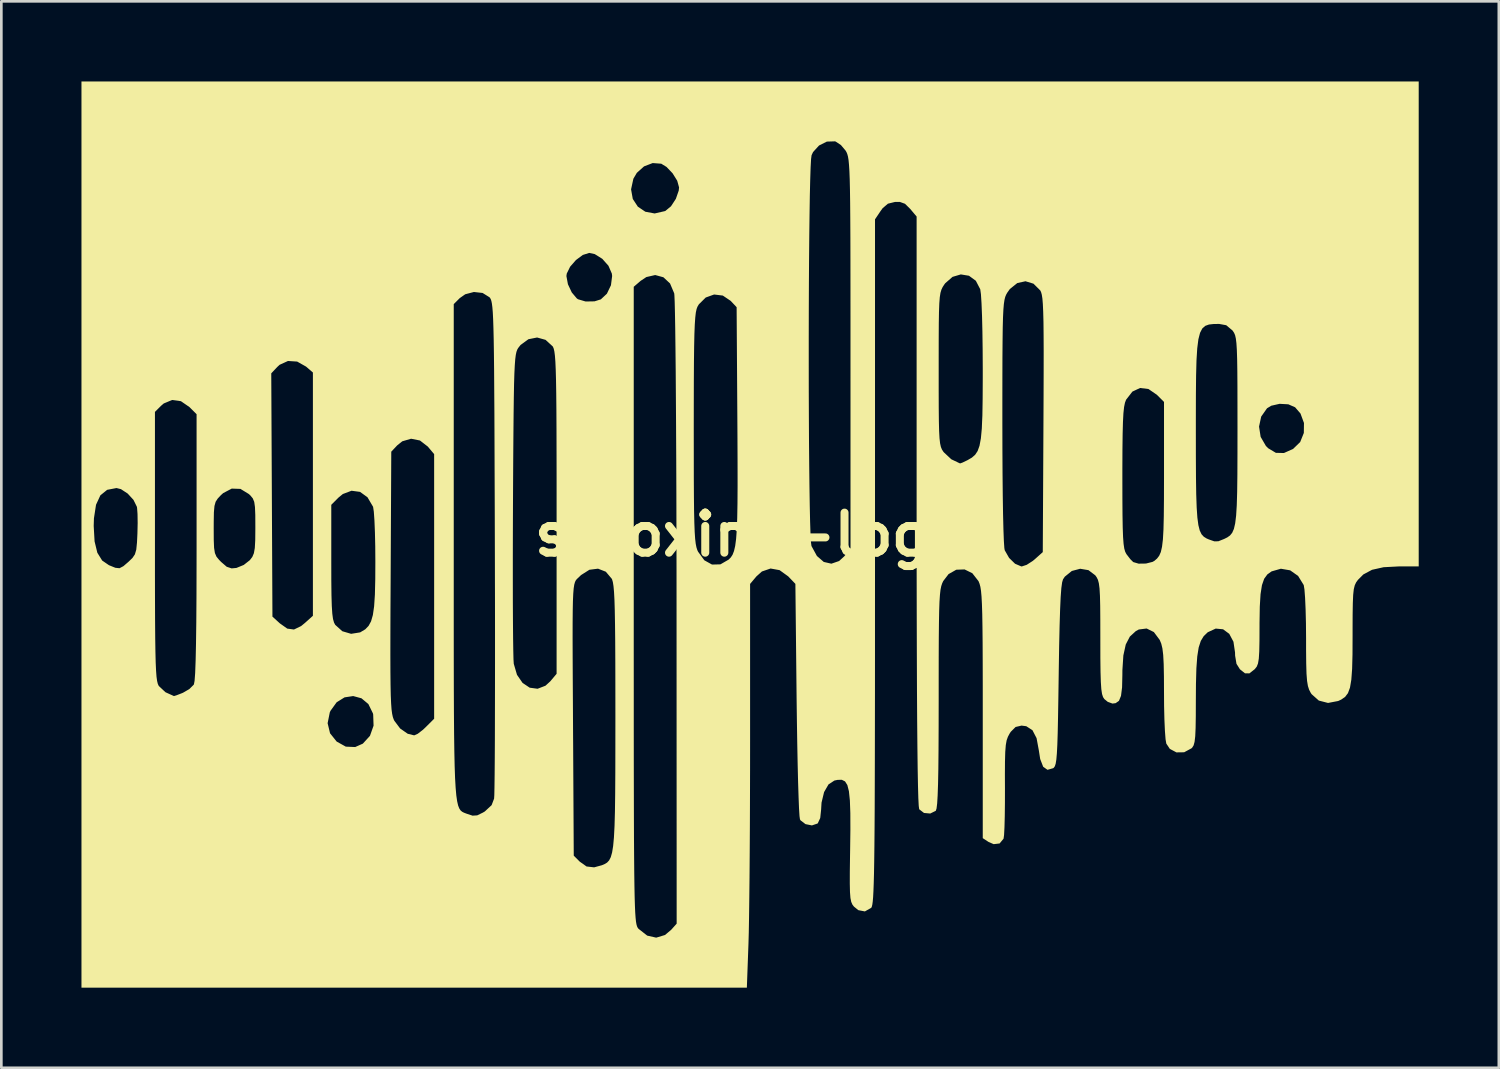
<source format=kicad_pcb>
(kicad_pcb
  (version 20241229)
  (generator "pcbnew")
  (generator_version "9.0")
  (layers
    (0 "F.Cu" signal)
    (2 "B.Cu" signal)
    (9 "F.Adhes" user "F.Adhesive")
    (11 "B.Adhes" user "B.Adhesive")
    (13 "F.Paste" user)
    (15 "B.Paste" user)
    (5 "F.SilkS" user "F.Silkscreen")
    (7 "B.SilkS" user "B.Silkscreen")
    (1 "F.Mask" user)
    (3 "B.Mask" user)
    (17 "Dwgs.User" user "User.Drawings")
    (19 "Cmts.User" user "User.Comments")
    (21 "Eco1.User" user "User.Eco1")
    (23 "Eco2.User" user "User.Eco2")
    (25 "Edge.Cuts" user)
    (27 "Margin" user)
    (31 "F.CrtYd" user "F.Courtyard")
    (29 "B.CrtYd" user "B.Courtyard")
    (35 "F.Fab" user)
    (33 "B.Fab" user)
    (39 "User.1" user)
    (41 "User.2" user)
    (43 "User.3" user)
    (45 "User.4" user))
  (footprint "seroxine-logo"
    (layer "F.Cu")
    (at 25.033 16.964)
    (property "Reference" "seroxine-logo" (at 0 0 0) (layer "F.SilkS") (effects (font (size 1.5 1.5) (thickness 0.3))))
    (attr board_only exclude_from_pos_files exclude_from_bom)
    (fp_poly (pts (xy 25.033 -7.886) (xy 25.033 1.192) (xy 24.297 1.192) (xy 23.72 1.222) (xy 23.285 1.319) (xy 22.96 1.493) (xy 22.756 1.698) (xy 22.688 1.793) (xy 22.638 1.901) (xy 22.602 2.047) (xy 22.579 2.26) (xy 22.566 2.567) (xy 22.559 2.994) (xy 22.557 3.569) (xy 22.557 3.776) (xy 22.554 4.481) (xy 22.54 5.026) (xy 22.51 5.434) (xy 22.46 5.73) (xy 22.384 5.937) (xy 22.276 6.079) (xy 22.132 6.178) (xy 22.018 6.231) (xy 21.638 6.304) (xy 21.293 6.215) (xy 21.023 5.975) (xy 20.992 5.929) (xy 20.93 5.81) (xy 20.885 5.67) (xy 20.853 5.478) (xy 20.832 5.207) (xy 20.821 4.828) (xy 20.816 4.313) (xy 20.816 3.88) (xy 20.811 3.315) (xy 20.798 2.801) (xy 20.779 2.37) (xy 20.755 2.055) (xy 20.728 1.891) (xy 20.727 1.889) (xy 20.517 1.548) (xy 20.22 1.339) (xy 19.873 1.279) (xy 19.526 1.378) (xy 19.366 1.492) (xy 19.247 1.655) (xy 19.164 1.893) (xy 19.111 2.232) (xy 19.083 2.698) (xy 19.073 3.316) (xy 19.073 3.434) (xy 19.071 3.981) (xy 19.063 4.374) (xy 19.046 4.646) (xy 19.016 4.825) (xy 18.97 4.943) (xy 18.903 5.029) (xy 18.89 5.043) (xy 18.694 5.197) (xy 18.529 5.195) (xy 18.339 5.043) (xy 18.21 4.838) (xy 18.159 4.532) (xy 18.156 4.412) (xy 18.097 4.012) (xy 17.94 3.717) (xy 17.709 3.546) (xy 17.433 3.52) (xy 17.137 3.656) (xy 17.124 3.667) (xy 16.982 3.805) (xy 16.874 3.983) (xy 16.795 4.228) (xy 16.742 4.561) (xy 16.709 5.01) (xy 16.693 5.596) (xy 16.689 6.198) (xy 16.687 6.797) (xy 16.68 7.24) (xy 16.666 7.552) (xy 16.641 7.761) (xy 16.605 7.893) (xy 16.553 7.976) (xy 16.528 8.001) (xy 16.251 8.151) (xy 15.962 8.155) (xy 15.715 8.024) (xy 15.583 7.826) (xy 15.555 7.663) (xy 15.531 7.351) (xy 15.512 6.925) (xy 15.5 6.417) (xy 15.497 5.931) (xy 15.494 5.313) (xy 15.485 4.848) (xy 15.467 4.508) (xy 15.437 4.263) (xy 15.394 4.084) (xy 15.336 3.944) (xy 15.117 3.65) (xy 14.847 3.517) (xy 14.554 3.554) (xy 14.442 3.614) (xy 14.218 3.82) (xy 14.065 4.115) (xy 13.975 4.525) (xy 13.939 5.078) (xy 13.938 5.251) (xy 13.927 5.722) (xy 13.887 6.038) (xy 13.81 6.226) (xy 13.686 6.312) (xy 13.567 6.327) (xy 13.391 6.263) (xy 13.264 6.159) (xy 13.215 6.085) (xy 13.177 5.969) (xy 13.15 5.788) (xy 13.132 5.52) (xy 13.12 5.14) (xy 13.114 4.626) (xy 13.113 3.954) (xy 13.113 3.879) (xy 13.112 3.201) (xy 13.108 2.681) (xy 13.099 2.295) (xy 13.083 2.018) (xy 13.058 1.826) (xy 13.023 1.694) (xy 12.974 1.596) (xy 12.923 1.525) (xy 12.668 1.332) (xy 12.358 1.28) (xy 12.046 1.363) (xy 11.784 1.575) (xy 11.716 1.676) (xy 11.683 1.787) (xy 11.653 2.004) (xy 11.628 2.338) (xy 11.607 2.803) (xy 11.588 3.412) (xy 11.571 4.176) (xy 11.556 5.109) (xy 11.554 5.263) (xy 11.541 6.144) (xy 11.529 6.86) (xy 11.517 7.429) (xy 11.503 7.867) (xy 11.486 8.193) (xy 11.466 8.424) (xy 11.441 8.578) (xy 11.41 8.674) (xy 11.372 8.728) (xy 11.347 8.747) (xy 11.135 8.808) (xy 10.973 8.693) (xy 10.861 8.403) (xy 10.811 8.082) (xy 10.726 7.623) (xy 10.572 7.325) (xy 10.34 7.175) (xy 10.163 7.152) (xy 9.94 7.204) (xy 9.759 7.385) (xy 9.717 7.45) (xy 9.653 7.569) (xy 9.605 7.704) (xy 9.573 7.885) (xy 9.553 8.14) (xy 9.543 8.498) (xy 9.54 8.987) (xy 9.542 9.491) (xy 9.541 10.046) (xy 9.535 10.545) (xy 9.524 10.955) (xy 9.509 11.246) (xy 9.49 11.385) (xy 9.49 11.386) (xy 9.342 11.565) (xy 9.119 11.591) (xy 8.928 11.508) (xy 8.711 11.366) (xy 8.711 6.715) (xy 8.711 5.663) (xy 8.709 4.779) (xy 8.706 4.047) (xy 8.7 3.451) (xy 8.692 2.975) (xy 8.68 2.603) (xy 8.665 2.32) (xy 8.646 2.11) (xy 8.622 1.956) (xy 8.592 1.844) (xy 8.557 1.756) (xy 8.551 1.743) (xy 8.32 1.447) (xy 8.03 1.305) (xy 7.72 1.316) (xy 7.431 1.48) (xy 7.231 1.741) (xy 7.191 1.827) (xy 7.157 1.93) (xy 7.129 2.068) (xy 7.108 2.257) (xy 7.091 2.514) (xy 7.079 2.857) (xy 7.071 3.302) (xy 7.065 3.867) (xy 7.062 4.569) (xy 7.061 5.425) (xy 7.061 6.147) (xy 7.059 7.191) (xy 7.055 8.063) (xy 7.048 8.776) (xy 7.037 9.339) (xy 7.022 9.766) (xy 7.004 10.067) (xy 6.981 10.255) (xy 6.953 10.34) (xy 6.951 10.343) (xy 6.744 10.444) (xy 6.511 10.423) (xy 6.338 10.29) (xy 6.33 10.276) (xy 6.314 10.157) (xy 6.299 9.865) (xy 6.286 9.399) (xy 6.274 8.757) (xy 6.264 7.939) (xy 6.255 6.944) (xy 6.248 5.77) (xy 6.243 4.417) (xy 6.239 2.883) (xy 6.236 1.168) (xy 6.235 -0.729) (xy 6.235 -0.904) (xy 6.235 -6.188) (xy 7.061 -6.188) (xy 7.061 -5.388) (xy 7.063 -4.75) (xy 7.068 -4.254) (xy 7.077 -3.88) (xy 7.092 -3.606) (xy 7.114 -3.413) (xy 7.144 -3.279) (xy 7.183 -3.184) (xy 7.233 -3.107) (xy 7.257 -3.077) (xy 7.533 -2.819) (xy 7.845 -2.67) (xy 7.868 -2.665) (xy 7.959 -2.698) (xy 8.143 -2.787) (xy 8.153 -2.793) (xy 8.304 -2.881) (xy 8.425 -2.986) (xy 8.519 -3.128) (xy 8.59 -3.327) (xy 8.641 -3.602) (xy 8.676 -3.974) (xy 8.685 -4.201) (xy 9.445 -4.201) (xy 9.447 -3.196) (xy 9.452 -2.278) (xy 9.46 -1.461) (xy 9.471 -0.761) (xy 9.485 -0.191) (xy 9.501 0.234) (xy 9.519 0.501) (xy 9.533 0.586) (xy 9.697 0.874) (xy 9.92 1.092) (xy 10.15 1.191) (xy 10.177 1.192) (xy 10.356 1.133) (xy 10.583 0.987) (xy 10.658 0.925) (xy 10.958 0.657) (xy 10.973 -2.134) (xy 13.938 -2.134) (xy 13.939 -1.356) (xy 13.943 -0.74) (xy 13.951 -0.266) (xy 13.964 0.089) (xy 13.983 0.345) (xy 14.009 0.523) (xy 14.044 0.644) (xy 14.089 0.73) (xy 14.093 0.736) (xy 14.237 0.923) (xy 14.345 1.03) (xy 14.547 1.089) (xy 14.82 1.085) (xy 15.067 1.023) (xy 15.138 0.983) (xy 15.237 0.897) (xy 15.316 0.794) (xy 15.378 0.654) (xy 15.423 0.456) (xy 15.456 0.18) (xy 15.477 -0.194) (xy 15.489 -0.687) (xy 15.495 -1.32) (xy 15.497 -2.112) (xy 15.497 -2.248) (xy 15.497 -3.851) (xy 16.689 -3.851) (xy 16.69 -2.91) (xy 16.694 -2.135) (xy 16.703 -1.509) (xy 16.72 -1.015) (xy 16.746 -0.636) (xy 16.784 -0.353) (xy 16.835 -0.151) (xy 16.902 -0.012) (xy 16.987 0.081) (xy 17.092 0.146) (xy 17.175 0.182) (xy 17.381 0.254) (xy 17.531 0.251) (xy 17.735 0.17) (xy 17.746 0.166) (xy 17.868 0.105) (xy 17.969 0.033) (xy 18.05 -0.067) (xy 18.114 -0.213) (xy 18.162 -0.422) (xy 18.197 -0.711) (xy 18.221 -1.097) (xy 18.236 -1.598) (xy 18.244 -2.232) (xy 18.247 -3.015) (xy 18.248 -3.926) (xy 18.248 -4.042) (xy 19.055 -4.042) (xy 19.115 -3.658) (xy 19.311 -3.319) (xy 19.397 -3.232) (xy 19.685 -3.06) (xy 19.986 -3.053) (xy 20.328 -3.205) (xy 20.595 -3.464) (xy 20.732 -3.805) (xy 20.737 -4.178) (xy 20.607 -4.531) (xy 20.405 -4.766) (xy 20.151 -4.877) (xy 19.825 -4.895) (xy 19.513 -4.824) (xy 19.354 -4.728) (xy 19.135 -4.416) (xy 19.055 -4.042) (xy 18.248 -4.042) (xy 18.247 -4.817) (xy 18.246 -5.543) (xy 18.242 -6.122) (xy 18.235 -6.573) (xy 18.224 -6.914) (xy 18.208 -7.165) (xy 18.186 -7.342) (xy 18.158 -7.465) (xy 18.121 -7.552) (xy 18.076 -7.621) (xy 18.058 -7.644) (xy 17.826 -7.838) (xy 17.561 -7.886) (xy 17.352 -7.883) (xy 17.18 -7.864) (xy 17.041 -7.814) (xy 16.93 -7.715) (xy 16.846 -7.552) (xy 16.784 -7.31) (xy 16.741 -6.971) (xy 16.713 -6.521) (xy 16.698 -5.943) (xy 16.691 -5.221) (xy 16.689 -4.34) (xy 16.689 -3.851) (xy 15.497 -3.851) (xy 15.497 -4.966) (xy 15.229 -5.234) (xy 14.914 -5.45) (xy 14.601 -5.488) (xy 14.314 -5.353) (xy 14.078 -5.049) (xy 14.076 -5.045) (xy 14.035 -4.936) (xy 14.002 -4.774) (xy 13.977 -4.54) (xy 13.96 -4.211) (xy 13.948 -3.769) (xy 13.941 -3.192) (xy 13.938 -2.46) (xy 13.938 -2.134) (xy 10.973 -2.134) (xy 10.983 -4.131) (xy 10.988 -5.204) (xy 10.991 -6.108) (xy 10.992 -6.858) (xy 10.989 -7.471) (xy 10.984 -7.96) (xy 10.974 -8.34) (xy 10.961 -8.627) (xy 10.944 -8.836) (xy 10.921 -8.982) (xy 10.894 -9.079) (xy 10.864 -9.14) (xy 10.61 -9.393) (xy 10.311 -9.484) (xy 10.003 -9.416) (xy 9.725 -9.192) (xy 9.629 -9.057) (xy 9.587 -8.983) (xy 9.552 -8.898) (xy 9.524 -8.786) (xy 9.501 -8.63) (xy 9.483 -8.416) (xy 9.469 -8.126) (xy 9.459 -7.745) (xy 9.453 -7.257) (xy 9.448 -6.645) (xy 9.446 -5.894) (xy 9.445 -4.987) (xy 9.445 -4.201) (xy 8.685 -4.201) (xy 8.697 -4.462) (xy 8.707 -5.087) (xy 8.711 -5.867) (xy 8.711 -6.203) (xy 8.707 -6.929) (xy 8.698 -7.596) (xy 8.684 -8.179) (xy 8.665 -8.654) (xy 8.643 -8.996) (xy 8.618 -9.18) (xy 8.618 -9.182) (xy 8.452 -9.502) (xy 8.195 -9.69) (xy 7.89 -9.74) (xy 7.579 -9.648) (xy 7.304 -9.407) (xy 7.267 -9.356) (xy 7.209 -9.266) (xy 7.164 -9.172) (xy 7.128 -9.052) (xy 7.102 -8.886) (xy 7.084 -8.652) (xy 7.072 -8.329) (xy 7.065 -7.897) (xy 7.062 -7.335) (xy 7.061 -6.621) (xy 7.061 -6.188) (xy 6.235 -6.188) (xy 6.235 -11.907) (xy 5.994 -12.193) (xy 5.799 -12.385) (xy 5.604 -12.455) (xy 5.424 -12.453) (xy 5.16 -12.388) (xy 4.961 -12.217) (xy 4.886 -12.113) (xy 4.677 -11.802) (xy 4.677 1.016) (xy 4.676 2.816) (xy 4.676 4.443) (xy 4.675 5.903) (xy 4.673 7.207) (xy 4.671 8.363) (xy 4.668 9.38) (xy 4.665 10.266) (xy 4.66 11.032) (xy 4.654 11.685) (xy 4.647 12.234) (xy 4.639 12.689) (xy 4.629 13.059) (xy 4.618 13.351) (xy 4.606 13.575) (xy 4.592 13.74) (xy 4.576 13.855) (xy 4.558 13.929) (xy 4.539 13.97) (xy 4.532 13.977) (xy 4.298 14.109) (xy 4.052 14.062) (xy 3.888 13.928) (xy 3.83 13.852) (xy 3.787 13.753) (xy 3.757 13.606) (xy 3.74 13.385) (xy 3.733 13.065) (xy 3.734 12.619) (xy 3.742 12.023) (xy 3.745 11.84) (xy 3.755 11.052) (xy 3.753 10.429) (xy 3.736 9.954) (xy 3.7 9.609) (xy 3.641 9.377) (xy 3.554 9.241) (xy 3.436 9.182) (xy 3.284 9.183) (xy 3.157 9.209) (xy 2.936 9.354) (xy 2.77 9.642) (xy 2.675 10.037) (xy 2.659 10.302) (xy 2.626 10.612) (xy 2.536 10.807) (xy 2.523 10.819) (xy 2.315 10.889) (xy 2.074 10.841) (xy 1.889 10.699) (xy 1.867 10.661) (xy 1.85 10.538) (xy 1.832 10.252) (xy 1.815 9.819) (xy 1.797 9.26) (xy 1.781 8.592) (xy 1.766 7.834) (xy 1.753 7.006) (xy 1.742 6.173) (xy 1.696 1.846) (xy 1.427 1.565) (xy 1.104 1.332) (xy 0.767 1.271) (xy 0.443 1.382) (xy 0.237 1.566) (xy 0 1.848) (xy 0 7.741) (xy -0.001 8.821) (xy -0.004 9.892) (xy -0.008 10.931) (xy -0.014 11.917) (xy -0.021 12.829) (xy -0.03 13.644) (xy -0.039 14.341) (xy -0.049 14.898) (xy -0.06 15.293) (xy -0.06 15.299) (xy -0.121 16.964) (xy -12.577 16.964) (xy -25.033 16.964) (xy -25.033 7.062) (xy -15.817 7.062) (xy -15.726 7.44) (xy -15.478 7.75) (xy -15.136 7.94) (xy -14.785 7.955) (xy -14.499 7.828) (xy -14.232 7.536) (xy -14.097 7.155) (xy -14.111 6.737) (xy -14.121 6.694) (xy -14.291 6.346) (xy -14.55 6.13) (xy -14.86 6.046) (xy -15.183 6.095) (xy -15.479 6.279) (xy -15.709 6.598) (xy -15.735 6.654) (xy -15.817 7.062) (xy -25.033 7.062) (xy -25.033 0) (xy -25.033 -0.323) (xy -24.575 -0.323) (xy -24.542 0.255) (xy -24.439 0.68) (xy -24.258 0.972) (xy -24.005 1.146) (xy -23.764 1.244) (xy -23.609 1.26) (xy -23.461 1.182) (xy -23.269 1.016) (xy -23.124 0.876) (xy -23.033 0.742) (xy -22.981 0.565) (xy -22.968 0.434) (xy -22.282 0.434) (xy -22.282 1.533) (xy -22.28 2.464) (xy -22.277 3.241) (xy -22.272 3.878) (xy -22.264 4.39) (xy -22.254 4.792) (xy -22.24 5.098) (xy -22.223 5.323) (xy -22.201 5.481) (xy -22.175 5.588) (xy -22.144 5.657) (xy -22.135 5.671) (xy -21.888 5.903) (xy -21.574 6.045) (xy -21.569 6.046) (xy -21.476 6.018) (xy -21.28 5.942) (xy -21.232 5.922) (xy -20.995 5.785) (xy -20.832 5.623) (xy -20.823 5.607) (xy -20.798 5.477) (xy -20.776 5.183) (xy -20.759 4.723) (xy -20.754 4.512) (xy -13.468 4.512) (xy -13.466 5.131) (xy -13.461 5.628) (xy -13.453 6.018) (xy -13.44 6.318) (xy -13.424 6.543) (xy -13.402 6.707) (xy -13.376 6.828) (xy -13.344 6.919) (xy -13.321 6.968) (xy -13.103 7.259) (xy -12.82 7.457) (xy -12.576 7.518) (xy -12.442 7.458) (xy -12.244 7.305) (xy -12.141 7.207) (xy -11.829 6.896) (xy -11.829 2.137) (xy -11.095 2.137) (xy -11.095 3.505) (xy -11.094 4.71) (xy -11.092 5.764) (xy -11.088 6.676) (xy -11.082 7.457) (xy -11.073 8.117) (xy -11.061 8.668) (xy -11.045 9.119) (xy -11.024 9.482) (xy -10.999 9.766) (xy -10.968 9.982) (xy -10.932 10.141) (xy -10.889 10.252) (xy -10.839 10.328) (xy -10.781 10.377) (xy -10.716 10.411) (xy -10.642 10.44) (xy -10.609 10.452) (xy -10.39 10.524) (xy -10.217 10.513) (xy -10.003 10.409) (xy -9.931 10.366) (xy -9.677 10.13) (xy -9.584 9.885) (xy -9.576 9.752) (xy -9.57 9.449) (xy -9.564 8.988) (xy -9.559 8.382) (xy -9.555 7.644) (xy -9.553 6.787) (xy -9.551 5.824) (xy -9.55 4.767) (xy -9.55 3.63) (xy -9.551 2.424) (xy -9.553 1.723) (xy -8.883 1.723) (xy -8.882 2.543) (xy -8.878 3.265) (xy -8.873 3.872) (xy -8.866 4.348) (xy -8.858 4.675) (xy -8.848 4.836) (xy -8.848 4.837) (xy -8.727 5.251) (xy -8.518 5.554) (xy -8.251 5.733) (xy -7.956 5.773) (xy -7.661 5.659) (xy -7.481 5.495) (xy -7.244 5.213) (xy -7.244 3.88) (xy -6.645 3.88) (xy -6.643 4.577) (xy -6.639 5.415) (xy -6.633 6.405) (xy -6.627 7.563) (xy -6.625 7.821) (xy -6.602 12.021) (xy -6.377 12.246) (xy -6.122 12.427) (xy -5.839 12.459) (xy -5.549 12.38) (xy -5.443 12.335) (xy -5.353 12.28) (xy -5.278 12.199) (xy -5.216 12.078) (xy -5.166 11.902) (xy -5.127 11.659) (xy -5.097 11.332) (xy -5.075 10.909) (xy -5.06 10.374) (xy -5.051 9.713) (xy -5.046 8.913) (xy -5.044 7.959) (xy -5.043 6.835) (xy -5.043 6.784) (xy -5.044 5.687) (xy -5.046 4.76) (xy -5.05 3.986) (xy -5.057 3.353) (xy -5.066 2.845) (xy -5.072 2.642) (xy -4.356 2.642) (xy -4.356 4.363) (xy -4.355 5.909) (xy -4.355 7.292) (xy -4.354 8.519) (xy -4.352 9.601) (xy -4.35 10.547) (xy -4.347 11.366) (xy -4.342 12.067) (xy -4.337 12.661) (xy -4.33 13.157) (xy -4.322 13.563) (xy -4.312 13.89) (xy -4.301 14.147) (xy -4.287 14.344) (xy -4.272 14.489) (xy -4.254 14.593) (xy -4.234 14.664) (xy -4.212 14.713) (xy -4.187 14.748) (xy -4.172 14.764) (xy -3.852 15.015) (xy -3.515 15.091) (xy -3.186 14.992) (xy -2.956 14.799) (xy -2.749 14.567) (xy -2.753 2.951) (xy -2.754 1.395) (xy -2.757 -0.091) (xy -2.76 -1.497) (xy -2.765 -2.814) (xy -2.771 -3.97) (xy -2.109 -3.97) (xy -2.108 -2.963) (xy -2.107 -2.122) (xy -2.103 -1.432) (xy -2.097 -0.875) (xy -2.087 -0.436) (xy -2.074 -0.097) (xy -2.057 0.158) (xy -2.035 0.345) (xy -2.008 0.481) (xy -1.975 0.583) (xy -1.948 0.641) (xy -1.713 0.963) (xy -1.425 1.123) (xy -1.11 1.115) (xy -0.802 0.937) (xy -0.722 0.856) (xy -0.656 0.755) (xy -0.602 0.616) (xy -0.558 0.426) (xy -0.524 0.167) (xy -0.499 -0.174) (xy -0.482 -0.614) (xy -0.472 -1.168) (xy -0.468 -1.852) (xy -0.469 -2.681) (xy -0.473 -3.67) (xy -0.476 -4.188) (xy -0.49 -6.372) (xy 2.196 -6.372) (xy 2.197 -5.365) (xy 2.201 -4.383) (xy 2.206 -3.446) (xy 2.214 -2.57) (xy 2.223 -1.772) (xy 2.234 -1.07) (xy 2.247 -0.481) (xy 2.262 -0.024) (xy 2.279 0.285) (xy 2.298 0.429) (xy 2.299 0.43) (xy 2.502 0.802) (xy 2.759 1.025) (xy 3.044 1.09) (xy 3.332 0.991) (xy 3.522 0.818) (xy 3.76 0.536) (xy 3.759 -6.77) (xy 3.759 -8.099) (xy 3.758 -9.258) (xy 3.757 -10.257) (xy 3.755 -11.111) (xy 3.751 -11.83) (xy 3.746 -12.428) (xy 3.739 -12.916) (xy 3.73 -13.308) (xy 3.718 -13.614) (xy 3.703 -13.849) (xy 3.686 -14.024) (xy 3.665 -14.151) (xy 3.64 -14.243) (xy 3.612 -14.312) (xy 3.579 -14.37) (xy 3.579 -14.371) (xy 3.401 -14.583) (xy 3.201 -14.715) (xy 3.176 -14.722) (xy 2.875 -14.713) (xy 2.581 -14.566) (xy 2.358 -14.322) (xy 2.302 -14.202) (xy 2.283 -14.056) (xy 2.266 -13.745) (xy 2.251 -13.286) (xy 2.237 -12.696) (xy 2.226 -11.992) (xy 2.216 -11.194) (xy 2.208 -10.316) (xy 2.202 -9.378) (xy 2.198 -8.396) (xy 2.196 -7.389) (xy 2.196 -6.372) (xy -0.49 -6.372) (xy -0.504 -8.513) (xy -0.727 -8.75) (xy -1.021 -8.948) (xy -1.347 -8.988) (xy -1.661 -8.875) (xy -1.918 -8.62) (xy -1.971 -8.53) (xy -2.003 -8.444) (xy -2.031 -8.314) (xy -2.053 -8.124) (xy -2.071 -7.859) (xy -2.085 -7.503) (xy -2.095 -7.039) (xy -2.102 -6.453) (xy -2.106 -5.729) (xy -2.108 -4.85) (xy -2.109 -3.97) (xy -2.771 -3.97) (xy -2.771 -4.032) (xy -2.778 -5.142) (xy -2.785 -6.132) (xy -2.794 -6.994) (xy -2.803 -7.719) (xy -2.813 -8.295) (xy -2.823 -8.713) (xy -2.834 -8.964) (xy -2.841 -9.032) (xy -2.997 -9.401) (xy -3.245 -9.633) (xy -3.552 -9.717) (xy -3.884 -9.641) (xy -4.098 -9.499) (xy -4.356 -9.277) (xy -4.356 2.642) (xy -5.072 2.642) (xy -5.078 2.449) (xy -5.094 2.148) (xy -5.114 1.93) (xy -5.138 1.779) (xy -5.166 1.682) (xy -5.177 1.657) (xy -5.401 1.391) (xy -5.693 1.277) (xy -6.016 1.318) (xy -6.33 1.517) (xy -6.374 1.56) (xy -6.43 1.614) (xy -6.479 1.659) (xy -6.521 1.708) (xy -6.555 1.775) (xy -6.583 1.874) (xy -6.605 2.017) (xy -6.621 2.218) (xy -6.633 2.492) (xy -6.64 2.851) (xy -6.644 3.309) (xy -6.645 3.88) (xy -7.244 3.88) (xy -7.244 -0.812) (xy -7.244 -2.022) (xy -7.246 -3.063) (xy -7.248 -3.946) (xy -7.252 -4.686) (xy -7.258 -5.296) (xy -7.266 -5.788) (xy -7.277 -6.176) (xy -7.29 -6.474) (xy -7.307 -6.695) (xy -7.327 -6.852) (xy -7.351 -6.958) (xy -7.378 -7.026) (xy -7.391 -7.046) (xy -7.657 -7.29) (xy -7.974 -7.378) (xy -8.3 -7.313) (xy -8.595 -7.097) (xy -8.684 -6.983) (xy -8.718 -6.923) (xy -8.747 -6.842) (xy -8.772 -6.726) (xy -8.793 -6.562) (xy -8.81 -6.334) (xy -8.825 -6.029) (xy -8.837 -5.632) (xy -8.846 -5.131) (xy -8.854 -4.509) (xy -8.861 -3.754) (xy -8.868 -2.852) (xy -8.874 -1.788) (xy -8.877 -1.146) (xy -8.881 -0.138) (xy -8.883 0.824) (xy -8.883 1.723) (xy -9.553 1.723) (xy -9.554 1.164) (xy -9.556 0.445) (xy -9.56 -1.052) (xy -9.565 -2.376) (xy -9.569 -3.539) (xy -9.573 -4.551) (xy -9.579 -5.423) (xy -9.584 -6.165) (xy -9.591 -6.789) (xy -9.599 -7.305) (xy -9.609 -7.725) (xy -9.62 -8.058) (xy -9.633 -8.317) (xy -9.649 -8.511) (xy -9.667 -8.651) (xy -9.687 -8.749) (xy -9.71 -8.815) (xy -9.736 -8.86) (xy -9.757 -8.885) (xy -10.015 -9.046) (xy -10.34 -9.082) (xy -10.665 -8.997) (xy -10.87 -8.853) (xy -11.095 -8.628) (xy -11.095 0.596) (xy -11.095 2.137) (xy -11.829 2.137) (xy -11.829 1.942) (xy -11.829 -3.012) (xy -12.066 -3.294) (xy -12.36 -3.522) (xy -12.693 -3.588) (xy -13.021 -3.492) (xy -13.211 -3.34) (xy -13.434 -3.103) (xy -13.458 1.772) (xy -13.464 2.849) (xy -13.467 3.757) (xy -13.468 4.512) (xy -20.754 4.512) (xy -20.745 4.094) (xy -20.734 3.292) (xy -20.727 2.315) (xy -20.724 1.159) (xy -20.723 0.457) (xy -20.723 -0.229) (xy -20.082 -0.229) (xy -20.08 0.205) (xy -20.068 0.498) (xy -20.037 0.692) (xy -19.978 0.828) (xy -19.88 0.947) (xy -19.803 1.026) (xy -19.594 1.206) (xy -19.411 1.266) (xy -19.23 1.249) (xy -18.957 1.137) (xy -18.729 0.958) (xy -18.637 0.838) (xy -18.578 0.699) (xy -18.543 0.503) (xy -18.527 0.209) (xy -18.523 -0.224) (xy -18.523 -0.285) (xy -18.525 -0.729) (xy -18.537 -1.029) (xy -18.565 -1.225) (xy -18.619 -1.355) (xy -18.706 -1.461) (xy -18.765 -1.517) (xy -19.081 -1.71) (xy -19.407 -1.721) (xy -19.728 -1.552) (xy -19.814 -1.474) (xy -19.932 -1.348) (xy -20.01 -1.227) (xy -20.054 -1.069) (xy -20.075 -0.833) (xy -20.081 -0.478) (xy -20.082 -0.229) (xy -20.723 -0.229) (xy -20.723 -4.507) (xy -20.992 -4.775) (xy -21.31 -4.994) (xy -21.639 -5.039) (xy -21.953 -4.908) (xy -22.057 -4.818) (xy -22.282 -4.593) (xy -22.282 0.434) (xy -22.968 0.434) (xy -22.954 0.294) (xy -22.938 -0.04) (xy -22.929 -0.429) (xy -22.934 -0.768) (xy -22.951 -1.001) (xy -22.959 -1.042) (xy -23.086 -1.299) (xy -23.304 -1.536) (xy -23.554 -1.7) (xy -23.722 -1.742) (xy -24.071 -1.675) (xy -24.325 -1.469) (xy -24.488 -1.116) (xy -24.566 -0.609) (xy -24.575 -0.323) (xy -25.033 -0.323) (xy -25.033 -6.036) (xy -17.927 -6.036) (xy -17.905 -1.482) (xy -17.883 3.072) (xy -17.606 3.324) (xy -17.328 3.521) (xy -17.077 3.555) (xy -16.81 3.426) (xy -16.667 3.309) (xy -16.368 3.041) (xy -16.368 1.027) (xy -15.68 1.027) (xy -15.679 1.728) (xy -15.673 2.268) (xy -15.661 2.672) (xy -15.642 2.962) (xy -15.615 3.162) (xy -15.577 3.295) (xy -15.533 3.379) (xy -15.267 3.619) (xy -14.937 3.716) (xy -14.599 3.662) (xy -14.406 3.546) (xy -14.284 3.419) (xy -14.191 3.249) (xy -14.123 3.012) (xy -14.076 2.686) (xy -14.047 2.244) (xy -14.033 1.665) (xy -14.03 1.018) (xy -14.034 0.442) (xy -14.046 -0.084) (xy -14.064 -0.526) (xy -14.087 -0.854) (xy -14.114 -1.035) (xy -14.118 -1.045) (xy -14.325 -1.397) (xy -14.603 -1.598) (xy -14.921 -1.641) (xy -15.247 -1.518) (xy -15.412 -1.383) (xy -15.68 -1.114) (xy -15.68 1.027) (xy -16.368 1.027) (xy -16.368 -1.513) (xy -16.368 -6.068) (xy -16.625 -6.289) (xy -16.958 -6.477) (xy -17.301 -6.499) (xy -17.615 -6.356) (xy -17.704 -6.273) (xy -17.927 -6.036) (xy -25.033 -6.036) (xy -25.033 -9.679) (xy -6.877 -9.679) (xy -6.82 -9.371) (xy -6.676 -9.065) (xy -6.487 -8.841) (xy -6.442 -8.81) (xy -6.158 -8.726) (xy -5.824 -8.732) (xy -5.588 -8.806) (xy -5.361 -9.018) (xy -5.209 -9.335) (xy -5.165 -9.68) (xy -5.176 -9.771) (xy -5.303 -10.064) (xy -5.535 -10.325) (xy -5.817 -10.501) (xy -6.022 -10.545) (xy -6.263 -10.469) (xy -6.519 -10.279) (xy -6.738 -10.028) (xy -6.864 -9.771) (xy -6.877 -9.679) (xy -25.033 -9.679) (xy -25.033 -12.924) (xy -4.456 -12.924) (xy -4.392 -12.566) (xy -4.204 -12.278) (xy -3.922 -12.087) (xy -3.573 -12.022) (xy -3.186 -12.111) (xy -3.172 -12.117) (xy -2.961 -12.291) (xy -2.779 -12.57) (xy -2.672 -12.877) (xy -2.659 -12.998) (xy -2.728 -13.247) (xy -2.901 -13.525) (xy -3.127 -13.763) (xy -3.326 -13.885) (xy -3.647 -13.909) (xy -3.97 -13.785) (xy -4.241 -13.542) (xy -4.37 -13.322) (xy -4.456 -12.924) (xy -25.033 -12.924) (xy -25.033 -16.964) (xy 0 -16.964) (xy 25.033 -16.964)) (stroke (width 0) (type solid)) (fill yes) (layer "F.SilkS")))
  (gr_rect
    (start -3 -3)
    (end 53.066 36.928)
    (stroke (width 0.1) (type default))
    (fill no)
    (layer "Edge.Cuts")))
</source>
